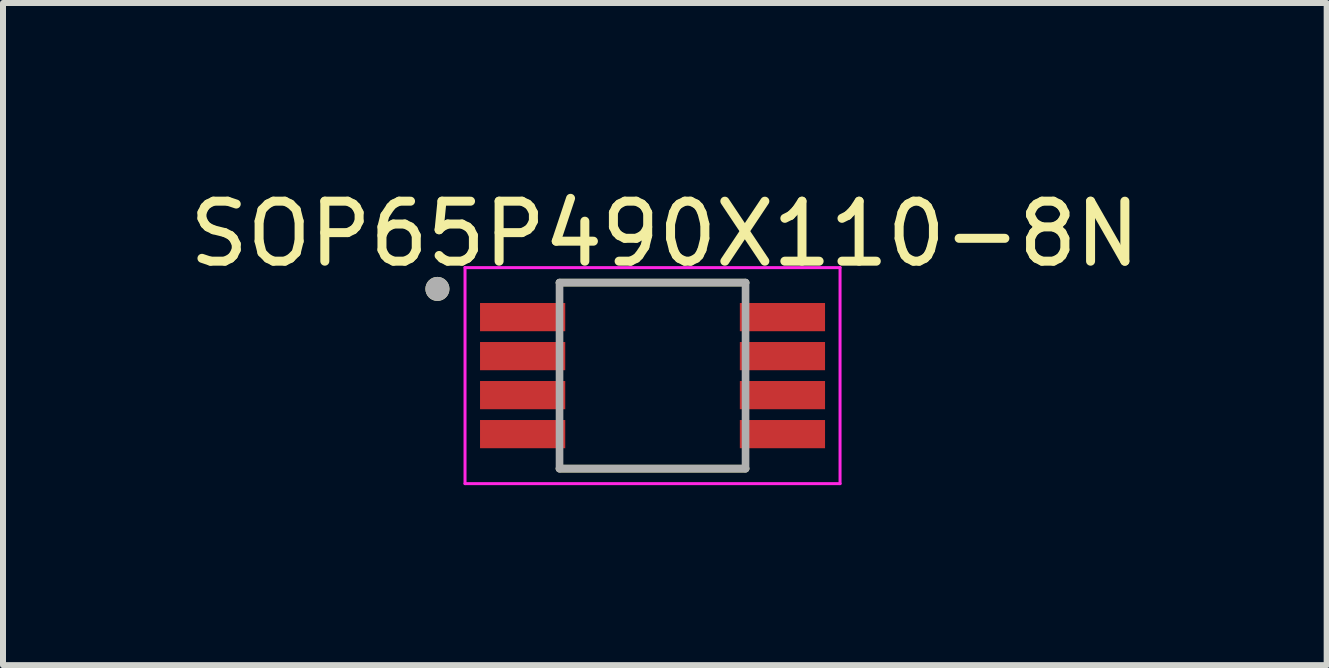
<source format=kicad_pcb>
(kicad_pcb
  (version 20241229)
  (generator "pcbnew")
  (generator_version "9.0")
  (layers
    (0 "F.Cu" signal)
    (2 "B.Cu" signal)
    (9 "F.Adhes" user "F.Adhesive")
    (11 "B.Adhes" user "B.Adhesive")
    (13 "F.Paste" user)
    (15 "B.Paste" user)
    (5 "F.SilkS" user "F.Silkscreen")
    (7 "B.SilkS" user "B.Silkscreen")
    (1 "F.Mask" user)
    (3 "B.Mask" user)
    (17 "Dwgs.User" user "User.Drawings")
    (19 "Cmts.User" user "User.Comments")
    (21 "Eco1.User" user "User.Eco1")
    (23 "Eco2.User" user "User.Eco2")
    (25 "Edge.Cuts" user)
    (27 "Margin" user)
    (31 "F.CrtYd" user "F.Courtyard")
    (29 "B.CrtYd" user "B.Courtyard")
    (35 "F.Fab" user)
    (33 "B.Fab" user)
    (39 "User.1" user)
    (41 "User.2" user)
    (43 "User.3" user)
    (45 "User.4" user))
  (footprint "SOP65P490X110-8N"
    (layer "F.Cu")
    (at 7.825 3.21)
    (property "Reference" "SOP65P490X110-8N" (at 0.205 -2.362 0) (layer "F.SilkS") (effects (font (size 1 1) (thickness 0.15))))
    (attr through_hole)
    (fp_line (start -1.55 -1.55) (end 1.55 -1.55) (stroke (width 0.127) (type solid)) (layer "F.SilkS"))
    (fp_line (start -1.55 1.55) (end 1.55 1.55) (stroke (width 0.127) (type solid)) (layer "F.SilkS"))
    (fp_circle (center -3.585 -1.445) (end -3.485 -1.445) (stroke (width 0.2) (type solid)) (fill no) (layer "F.SilkS"))
    (fp_line (start -3.125 -1.8) (end -3.125 1.8) (stroke (width 0.05) (type solid)) (layer "F.CrtYd"))
    (fp_line (start -3.125 -1.8) (end 3.125 -1.8) (stroke (width 0.05) (type solid)) (layer "F.CrtYd"))
    (fp_line (start -3.125 1.8) (end 3.125 1.8) (stroke (width 0.05) (type solid)) (layer "F.CrtYd"))
    (fp_line (start 3.125 -1.8) (end 3.125 1.8) (stroke (width 0.05) (type solid)) (layer "F.CrtYd"))
    (fp_line (start -1.55 -1.55) (end -1.55 1.55) (stroke (width 0.127) (type solid)) (layer "F.Fab"))
    (fp_line (start -1.55 -1.55) (end 1.55 -1.55) (stroke (width 0.127) (type solid)) (layer "F.Fab"))
    (fp_line (start -1.55 1.55) (end 1.55 1.55) (stroke (width 0.127) (type solid)) (layer "F.Fab"))
    (fp_line (start 1.55 -1.55) (end 1.55 1.55) (stroke (width 0.127) (type solid)) (layer "F.Fab"))
    (fp_circle (center -3.585 -1.445) (end -3.485 -1.445) (stroke (width 0.2) (type solid)) (fill no) (layer "F.Fab"))
    (pad "1" smd rect (at -2.165 -0.975) (size 1.42 0.47) (layers "F.Cu" "F.Mask" "F.Paste"))
    (pad "2" smd rect (at -2.165 -0.325) (size 1.42 0.47) (layers "F.Cu" "F.Mask" "F.Paste"))
    (pad "3" smd rect (at -2.165 0.325) (size 1.42 0.47) (layers "F.Cu" "F.Mask" "F.Paste"))
    (pad "4" smd rect (at -2.165 0.975) (size 1.42 0.47) (layers "F.Cu" "F.Mask" "F.Paste"))
    (pad "5" smd rect (at 2.165 0.975) (size 1.42 0.47) (layers "F.Cu" "F.Mask" "F.Paste"))
    (pad "6" smd rect (at 2.165 0.325) (size 1.42 0.47) (layers "F.Cu" "F.Mask" "F.Paste"))
    (pad "7" smd rect (at 2.165 -0.325) (size 1.42 0.47) (layers "F.Cu" "F.Mask" "F.Paste"))
    (pad "8" smd rect (at 2.165 -0.975) (size 1.42 0.47) (layers "F.Cu" "F.Mask" "F.Paste")))
  (gr_rect
    (start -3 -3)
    (end 19.06 8.035)
    (stroke (width 0.1) (type default))
    (fill no)
    (layer "Edge.Cuts")))
</source>
